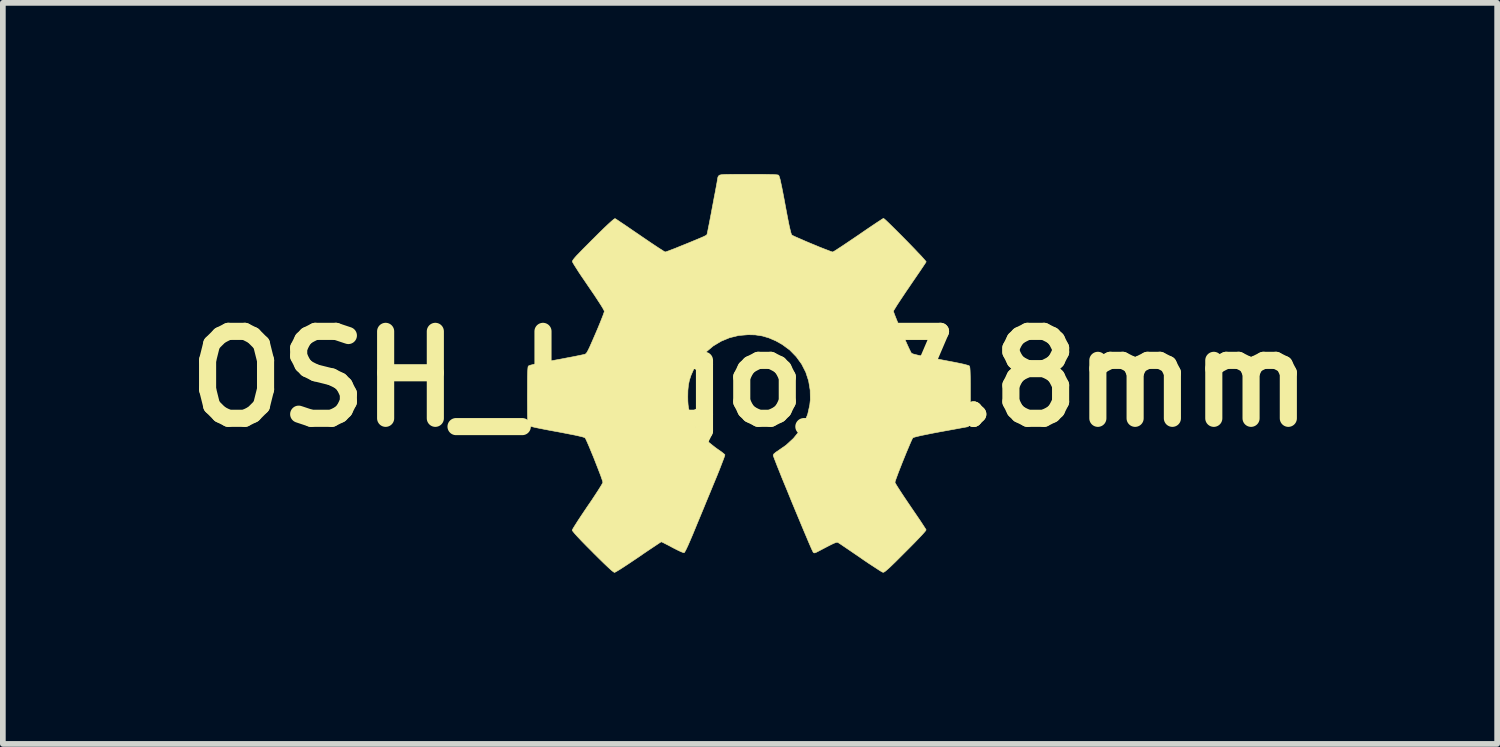
<source format=kicad_pcb>
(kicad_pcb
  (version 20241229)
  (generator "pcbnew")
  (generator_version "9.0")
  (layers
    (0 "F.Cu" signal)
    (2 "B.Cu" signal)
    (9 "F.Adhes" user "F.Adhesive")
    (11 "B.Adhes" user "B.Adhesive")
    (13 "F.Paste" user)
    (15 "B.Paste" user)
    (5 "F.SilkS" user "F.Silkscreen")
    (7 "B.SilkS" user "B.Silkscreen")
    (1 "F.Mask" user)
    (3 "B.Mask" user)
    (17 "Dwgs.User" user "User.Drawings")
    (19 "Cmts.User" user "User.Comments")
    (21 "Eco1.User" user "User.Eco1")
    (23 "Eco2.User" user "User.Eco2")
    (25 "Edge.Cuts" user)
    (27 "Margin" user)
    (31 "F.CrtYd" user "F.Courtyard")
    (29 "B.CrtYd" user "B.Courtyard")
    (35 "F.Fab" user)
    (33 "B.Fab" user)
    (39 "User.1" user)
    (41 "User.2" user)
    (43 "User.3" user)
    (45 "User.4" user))
  (footprint "OSH_logo_7.8mm"
    (layer "F.Cu")
    (at 10.095 3.592)
    (property "Reference" "OSH_logo_7.8mm" (at 0 0 0) (layer "F.SilkS") (effects (font (size 1.524 1.524) (thickness 0.3))))
    (attr through_hole)
    (fp_poly (pts (xy 0.115 -3.587) (xy 0.228 -3.587) (xy 0.318 -3.585) (xy 0.388 -3.584) (xy 0.439 -3.581) (xy 0.474 -3.578) (xy 0.495 -3.574) (xy 0.501 -3.571) (xy 0.508 -3.559) (xy 0.517 -3.533) (xy 0.529 -3.491) (xy 0.542 -3.43) (xy 0.559 -3.35) (xy 0.579 -3.248) (xy 0.603 -3.123) (xy 0.616 -3.051) (xy 0.643 -2.907) (xy 0.666 -2.788) (xy 0.685 -2.693) (xy 0.702 -2.62) (xy 0.715 -2.568) (xy 0.725 -2.536) (xy 0.731 -2.524) (xy 0.748 -2.514) (xy 0.785 -2.496) (xy 0.84 -2.472) (xy 0.907 -2.443) (xy 0.982 -2.41) (xy 1.063 -2.376) (xy 1.146 -2.342) (xy 1.225 -2.309) (xy 1.299 -2.28) (xy 1.362 -2.256) (xy 1.411 -2.237) (xy 1.441 -2.227) (xy 1.449 -2.226) (xy 1.464 -2.233) (xy 1.498 -2.253) (xy 1.548 -2.286) (xy 1.613 -2.328) (xy 1.689 -2.379) (xy 1.775 -2.437) (xy 1.868 -2.5) (xy 1.898 -2.52) (xy 1.992 -2.585) (xy 2.08 -2.645) (xy 2.159 -2.698) (xy 2.226 -2.743) (xy 2.28 -2.778) (xy 2.318 -2.803) (xy 2.337 -2.814) (xy 2.339 -2.815) (xy 2.352 -2.806) (xy 2.381 -2.781) (xy 2.423 -2.741) (xy 2.475 -2.69) (xy 2.536 -2.63) (xy 2.603 -2.563) (xy 2.674 -2.492) (xy 2.746 -2.419) (xy 2.817 -2.346) (xy 2.884 -2.277) (xy 2.945 -2.212) (xy 2.999 -2.156) (xy 3.041 -2.109) (xy 3.071 -2.075) (xy 3.086 -2.056) (xy 3.087 -2.054) (xy 3.078 -2.039) (xy 3.056 -2.006) (xy 3.022 -1.955) (xy 2.979 -1.891) (xy 2.927 -1.815) (xy 2.869 -1.73) (xy 2.806 -1.638) (xy 2.797 -1.624) (xy 2.733 -1.531) (xy 2.675 -1.444) (xy 2.623 -1.366) (xy 2.579 -1.299) (xy 2.546 -1.245) (xy 2.523 -1.208) (xy 2.514 -1.189) (xy 2.514 -1.188) (xy 2.519 -1.168) (xy 2.533 -1.129) (xy 2.555 -1.073) (xy 2.583 -1.004) (xy 2.615 -0.927) (xy 2.649 -0.845) (xy 2.685 -0.762) (xy 2.72 -0.682) (xy 2.753 -0.608) (xy 2.782 -0.544) (xy 2.806 -0.495) (xy 2.822 -0.463) (xy 2.828 -0.454) (xy 2.84 -0.446) (xy 2.864 -0.437) (xy 2.902 -0.427) (xy 2.956 -0.414) (xy 3.028 -0.399) (xy 3.12 -0.38) (xy 3.234 -0.359) (xy 3.34 -0.339) (xy 3.476 -0.313) (xy 3.587 -0.292) (xy 3.676 -0.274) (xy 3.745 -0.259) (xy 3.794 -0.246) (xy 3.827 -0.237) (xy 3.843 -0.229) (xy 3.846 -0.226) (xy 3.85 -0.214) (xy 3.854 -0.188) (xy 3.857 -0.147) (xy 3.859 -0.09) (xy 3.861 -0.013) (xy 3.862 0.085) (xy 3.862 0.206) (xy 3.862 0.296) (xy 3.862 0.426) (xy 3.862 0.531) (xy 3.861 0.616) (xy 3.86 0.682) (xy 3.858 0.731) (xy 3.856 0.767) (xy 3.852 0.791) (xy 3.848 0.807) (xy 3.843 0.816) (xy 3.842 0.817) (xy 3.822 0.834) (xy 3.814 0.838) (xy 3.799 0.84) (xy 3.762 0.847) (xy 3.706 0.857) (xy 3.632 0.871) (xy 3.544 0.887) (xy 3.445 0.905) (xy 3.34 0.924) (xy 3.202 0.95) (xy 3.088 0.973) (xy 2.999 0.991) (xy 2.931 1.007) (xy 2.885 1.019) (xy 2.859 1.028) (xy 2.853 1.032) (xy 2.843 1.05) (xy 2.825 1.088) (xy 2.801 1.143) (xy 2.772 1.212) (xy 2.739 1.29) (xy 2.705 1.374) (xy 2.67 1.46) (xy 2.637 1.544) (xy 2.606 1.623) (xy 2.58 1.693) (xy 2.559 1.75) (xy 2.545 1.791) (xy 2.54 1.811) (xy 2.54 1.812) (xy 2.547 1.828) (xy 2.568 1.863) (xy 2.6 1.914) (xy 2.642 1.979) (xy 2.692 2.055) (xy 2.749 2.14) (xy 2.81 2.23) (xy 2.872 2.321) (xy 2.93 2.406) (xy 2.981 2.481) (xy 3.023 2.545) (xy 3.056 2.596) (xy 3.078 2.63) (xy 3.086 2.644) (xy 3.078 2.659) (xy 3.052 2.69) (xy 3.01 2.737) (xy 2.951 2.799) (xy 2.878 2.875) (xy 2.791 2.963) (xy 2.725 3.029) (xy 2.631 3.123) (xy 2.554 3.2) (xy 2.491 3.261) (xy 2.442 3.308) (xy 2.403 3.342) (xy 2.375 3.366) (xy 2.354 3.381) (xy 2.339 3.388) (xy 2.329 3.388) (xy 2.329 3.388) (xy 2.311 3.38) (xy 2.274 3.358) (xy 2.222 3.324) (xy 2.156 3.281) (xy 2.079 3.231) (xy 1.995 3.174) (xy 1.932 3.13) (xy 1.844 3.07) (xy 1.762 3.014) (xy 1.69 2.965) (xy 1.628 2.923) (xy 1.581 2.891) (xy 1.551 2.872) (xy 1.542 2.866) (xy 1.531 2.862) (xy 1.517 2.863) (xy 1.497 2.869) (xy 1.467 2.881) (xy 1.425 2.901) (xy 1.368 2.93) (xy 1.293 2.969) (xy 1.208 3.014) (xy 1.165 3.036) (xy 1.138 3.047) (xy 1.121 3.047) (xy 1.108 3.038) (xy 1.108 3.038) (xy 1.1 3.022) (xy 1.082 2.985) (xy 1.057 2.928) (xy 1.025 2.854) (xy 0.988 2.766) (xy 0.945 2.665) (xy 0.899 2.555) (xy 0.85 2.437) (xy 0.799 2.315) (xy 0.747 2.19) (xy 0.696 2.065) (xy 0.646 1.942) (xy 0.597 1.824) (xy 0.552 1.714) (xy 0.512 1.613) (xy 0.476 1.524) (xy 0.447 1.449) (xy 0.425 1.392) (xy 0.411 1.354) (xy 0.406 1.337) (xy 0.417 1.314) (xy 0.452 1.284) (xy 0.481 1.265) (xy 0.632 1.16) (xy 0.761 1.041) (xy 0.867 0.911) (xy 0.951 0.769) (xy 1.011 0.617) (xy 1.047 0.456) (xy 1.057 0.364) (xy 1.054 0.196) (xy 1.027 0.034) (xy 0.977 -0.119) (xy 0.904 -0.262) (xy 0.81 -0.391) (xy 0.697 -0.507) (xy 0.564 -0.605) (xy 0.452 -0.668) (xy 0.328 -0.721) (xy 0.211 -0.755) (xy 0.091 -0.773) (xy -0.033 -0.776) (xy -0.2 -0.762) (xy -0.359 -0.723) (xy -0.508 -0.661) (xy -0.646 -0.578) (xy -0.769 -0.474) (xy -0.877 -0.351) (xy -0.966 -0.211) (xy -0.994 -0.156) (xy -1.035 -0.062) (xy -1.063 0.023) (xy -1.08 0.108) (xy -1.089 0.202) (xy -1.091 0.308) (xy -1.09 0.386) (xy -1.086 0.446) (xy -1.08 0.497) (xy -1.069 0.547) (xy -1.056 0.593) (xy -1.003 0.737) (xy -0.935 0.867) (xy -0.848 0.985) (xy -0.742 1.095) (xy -0.612 1.199) (xy -0.56 1.236) (xy -0.512 1.269) (xy -0.473 1.299) (xy -0.448 1.32) (xy -0.44 1.329) (xy -0.444 1.344) (xy -0.456 1.381) (xy -0.477 1.436) (xy -0.504 1.506) (xy -0.536 1.589) (xy -0.573 1.681) (xy -0.601 1.749) (xy -0.65 1.867) (xy -0.705 2.001) (xy -0.765 2.145) (xy -0.825 2.292) (xy -0.884 2.434) (xy -0.938 2.564) (xy -0.951 2.596) (xy -1.005 2.727) (xy -1.052 2.837) (xy -1.09 2.924) (xy -1.12 2.987) (xy -1.142 3.028) (xy -1.154 3.044) (xy -1.154 3.045) (xy -1.174 3.041) (xy -1.213 3.026) (xy -1.268 3) (xy -1.335 2.966) (xy -1.36 2.953) (xy -1.423 2.919) (xy -1.478 2.891) (xy -1.521 2.869) (xy -1.548 2.856) (xy -1.554 2.854) (xy -1.568 2.861) (xy -1.6 2.882) (xy -1.648 2.914) (xy -1.711 2.956) (xy -1.786 3.006) (xy -1.869 3.062) (xy -1.957 3.123) (xy -2.048 3.184) (xy -2.133 3.241) (xy -2.209 3.291) (xy -2.274 3.333) (xy -2.325 3.364) (xy -2.36 3.384) (xy -2.376 3.391) (xy -2.393 3.381) (xy -2.429 3.353) (xy -2.482 3.305) (xy -2.553 3.238) (xy -2.641 3.152) (xy -2.747 3.047) (xy -2.759 3.034) (xy -2.864 2.929) (xy -2.951 2.84) (xy -3.02 2.767) (xy -3.07 2.712) (xy -3.102 2.673) (xy -3.116 2.653) (xy -3.116 2.651) (xy -3.109 2.634) (xy -3.088 2.598) (xy -3.056 2.547) (xy -3.014 2.481) (xy -2.964 2.405) (xy -2.907 2.32) (xy -2.848 2.232) (xy -2.779 2.132) (xy -2.719 2.041) (xy -2.668 1.963) (xy -2.627 1.898) (xy -2.598 1.85) (xy -2.582 1.82) (xy -2.579 1.811) (xy -2.584 1.79) (xy -2.598 1.749) (xy -2.618 1.691) (xy -2.645 1.621) (xy -2.676 1.541) (xy -2.709 1.457) (xy -2.743 1.37) (xy -2.778 1.286) (xy -2.81 1.208) (xy -2.839 1.14) (xy -2.863 1.086) (xy -2.881 1.048) (xy -2.891 1.032) (xy -2.907 1.024) (xy -2.942 1.013) (xy -2.997 1) (xy -3.073 0.983) (xy -3.171 0.964) (xy -3.293 0.94) (xy -3.384 0.923) (xy -3.51 0.9) (xy -3.613 0.88) (xy -3.695 0.864) (xy -3.758 0.851) (xy -3.805 0.84) (xy -3.839 0.83) (xy -3.861 0.822) (xy -3.874 0.814) (xy -3.879 0.81) (xy -3.885 0.801) (xy -3.889 0.788) (xy -3.893 0.769) (xy -3.896 0.741) (xy -3.898 0.701) (xy -3.9 0.647) (xy -3.901 0.577) (xy -3.901 0.487) (xy -3.902 0.375) (xy -3.902 0.289) (xy -3.901 0.154) (xy -3.901 0.042) (xy -3.9 -0.047) (xy -3.898 -0.116) (xy -3.895 -0.166) (xy -3.892 -0.2) (xy -3.888 -0.22) (xy -3.885 -0.226) (xy -3.873 -0.233) (xy -3.845 -0.243) (xy -3.8 -0.254) (xy -3.736 -0.269) (xy -3.652 -0.286) (xy -3.545 -0.307) (xy -3.414 -0.331) (xy -3.398 -0.334) (xy -3.288 -0.354) (xy -3.186 -0.374) (xy -3.094 -0.391) (xy -3.016 -0.407) (xy -2.953 -0.42) (xy -2.911 -0.429) (xy -2.891 -0.434) (xy -2.88 -0.441) (xy -2.868 -0.453) (xy -2.853 -0.475) (xy -2.836 -0.507) (xy -2.813 -0.554) (xy -2.785 -0.617) (xy -2.749 -0.699) (xy -2.705 -0.801) (xy -2.666 -0.892) (xy -2.631 -0.977) (xy -2.601 -1.052) (xy -2.577 -1.113) (xy -2.561 -1.158) (xy -2.553 -1.183) (xy -2.553 -1.186) (xy -2.561 -1.206) (xy -2.583 -1.246) (xy -2.619 -1.304) (xy -2.669 -1.381) (xy -2.73 -1.474) (xy -2.804 -1.582) (xy -2.83 -1.62) (xy -2.893 -1.713) (xy -2.952 -1.799) (xy -3.004 -1.877) (xy -3.047 -1.945) (xy -3.081 -1.998) (xy -3.103 -2.036) (xy -3.113 -2.055) (xy -3.113 -2.056) (xy -3.112 -2.066) (xy -3.105 -2.081) (xy -3.091 -2.101) (xy -3.068 -2.129) (xy -3.035 -2.166) (xy -2.989 -2.213) (xy -2.93 -2.274) (xy -2.855 -2.349) (xy -2.764 -2.441) (xy -2.751 -2.453) (xy -2.645 -2.559) (xy -2.556 -2.646) (xy -2.484 -2.714) (xy -2.429 -2.764) (xy -2.391 -2.796) (xy -2.37 -2.81) (xy -2.365 -2.811) (xy -2.35 -2.802) (xy -2.316 -2.78) (xy -2.266 -2.746) (xy -2.201 -2.703) (xy -2.125 -2.651) (xy -2.039 -2.592) (xy -1.946 -2.529) (xy -1.926 -2.515) (xy -1.832 -2.451) (xy -1.744 -2.391) (xy -1.666 -2.339) (xy -1.598 -2.294) (xy -1.544 -2.26) (xy -1.507 -2.236) (xy -1.487 -2.226) (xy -1.486 -2.226) (xy -1.468 -2.231) (xy -1.431 -2.244) (xy -1.376 -2.265) (xy -1.308 -2.291) (xy -1.23 -2.323) (xy -1.175 -2.345) (xy -1.064 -2.39) (xy -0.975 -2.427) (xy -0.905 -2.456) (xy -0.853 -2.478) (xy -0.814 -2.495) (xy -0.788 -2.508) (xy -0.771 -2.517) (xy -0.761 -2.524) (xy -0.756 -2.531) (xy -0.753 -2.538) (xy -0.753 -2.538) (xy -0.749 -2.554) (xy -0.741 -2.593) (xy -0.73 -2.65) (xy -0.715 -2.723) (xy -0.699 -2.807) (xy -0.681 -2.9) (xy -0.663 -2.997) (xy -0.644 -3.097) (xy -0.626 -3.194) (xy -0.608 -3.285) (xy -0.593 -3.368) (xy -0.58 -3.438) (xy -0.571 -3.492) (xy -0.565 -3.526) (xy -0.563 -3.537) (xy -0.555 -3.553) (xy -0.542 -3.567) (xy -0.534 -3.572) (xy -0.521 -3.576) (xy -0.499 -3.58) (xy -0.466 -3.583) (xy -0.42 -3.585) (xy -0.358 -3.586) (xy -0.278 -3.587) (xy -0.177 -3.587) (xy -0.054 -3.587) (xy -0.021 -3.587) (xy 0.115 -3.587)) (stroke (width 0.01) (type solid)) (fill yes) (layer "F.SilkS")))
  (gr_rect
    (start -3 -3)
    (end 23.189 9.988)
    (stroke (width 0.1) (type default))
    (fill no)
    (layer "Edge.Cuts")))
</source>
